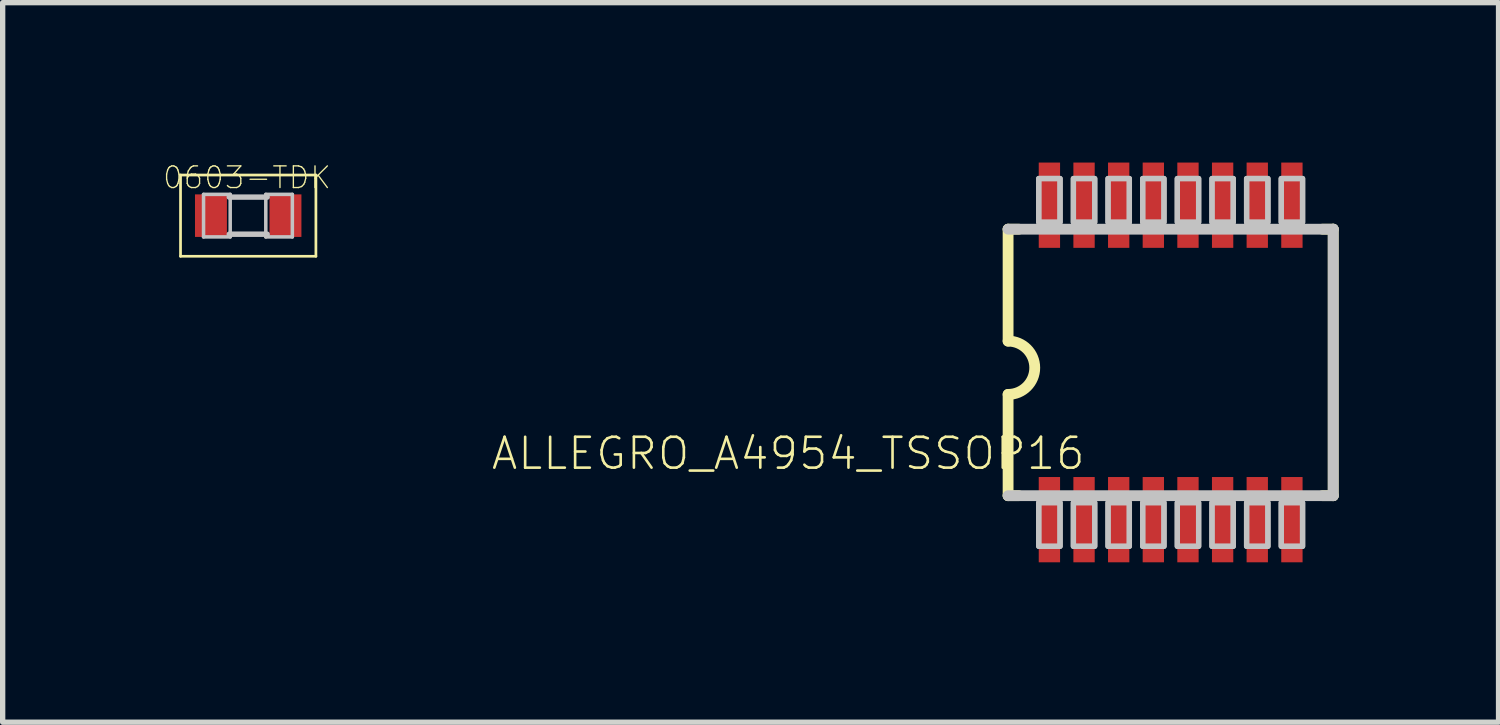
<source format=kicad_pcb>
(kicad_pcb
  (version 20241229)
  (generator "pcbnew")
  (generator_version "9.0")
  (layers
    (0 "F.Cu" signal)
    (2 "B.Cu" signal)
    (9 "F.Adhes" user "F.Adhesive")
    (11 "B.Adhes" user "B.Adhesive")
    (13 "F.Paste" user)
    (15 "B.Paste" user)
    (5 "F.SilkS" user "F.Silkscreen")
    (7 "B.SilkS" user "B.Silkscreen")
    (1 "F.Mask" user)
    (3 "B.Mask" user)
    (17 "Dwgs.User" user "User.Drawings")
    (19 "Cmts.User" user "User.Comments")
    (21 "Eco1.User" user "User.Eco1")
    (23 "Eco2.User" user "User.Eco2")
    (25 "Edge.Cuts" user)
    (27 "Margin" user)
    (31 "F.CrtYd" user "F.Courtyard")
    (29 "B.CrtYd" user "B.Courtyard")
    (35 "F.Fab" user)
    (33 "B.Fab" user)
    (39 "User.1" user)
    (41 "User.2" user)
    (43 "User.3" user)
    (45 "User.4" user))
  (footprint "ALLEGRO_A4954_TSSOP16"
    (layer "F.Cu")
    (at 18.864 3.85)
    (property "Reference" "ALLEGRO_A4954_TSSOP16" (at -1.524 1.27 0) (layer "F.SilkS") (effects (font (size 0.579 0.579) (thickness 0.049)) (justify right top)))
    (attr through_hole)
    (fp_line (start -3 -2.6) (end -3 -0.5) (stroke (width 0.203) (type solid)) (layer "F.SilkS"))
    (fp_line (start -3 -2.6) (end -2.8 -2.6) (stroke (width 0.203) (type solid)) (layer "F.SilkS"))
    (fp_line (start -3 0.5) (end -3 2.4) (stroke (width 0.203) (type solid)) (layer "F.SilkS"))
    (fp_line (start -3 2.4) (end -2.8 2.4) (stroke (width 0.203) (type solid)) (layer "F.SilkS"))
    (fp_line (start 2.9 2.4) (end 3.1 2.4) (stroke (width 0.203) (type solid)) (layer "F.SilkS"))
    (fp_line (start 3.1 -2.6) (end 2.9 -2.6) (stroke (width 0.203) (type solid)) (layer "F.SilkS"))
    (fp_line (start 3.1 2.4) (end 3.1 -2.6) (stroke (width 0.203) (type solid)) (layer "F.SilkS"))
    (fp_arc (start -3 -0.5) (mid -2.5 0) (end -3 0.5) (stroke (width 0.2032) (type solid)) (layer "F.SilkS"))
    (fp_line (start -3 -2.6) (end 3.1 -2.6) (stroke (width 0.203) (type solid)) (layer "Dwgs.User"))
    (fp_line (start 3.1 2.4) (end -3 2.4) (stroke (width 0.203) (type solid)) (layer "Dwgs.User"))
    (fp_line (start 3.1 2.4) (end 3.1 -2.6) (stroke (width 0.203) (type solid)) (layer "Dwgs.User"))
    (fp_poly (pts (xy -2.425 -2.73) (xy -2.025 -2.73) (xy -2.025 -3.55) (xy -2.425 -3.55)) (stroke (width 0.1) (type solid)) (fill no) (layer "Dwgs.User"))
    (fp_poly (pts (xy -2.425 -2.73) (xy -2.025 -2.73) (xy -2.025 -3.55) (xy -2.425 -3.55)) (stroke (width 0.1) (type solid)) (fill no) (layer "Dwgs.User"))
    (fp_poly (pts (xy -2.425 3.35) (xy -2.025 3.35) (xy -2.025 2.53) (xy -2.425 2.53)) (stroke (width 0.1) (type solid)) (fill no) (layer "Dwgs.User"))
    (fp_poly (pts (xy -2.425 3.35) (xy -2.025 3.35) (xy -2.025 2.53) (xy -2.425 2.53)) (stroke (width 0.1) (type solid)) (fill no) (layer "Dwgs.User"))
    (fp_poly (pts (xy -1.775 -2.73) (xy -1.375 -2.73) (xy -1.375 -3.55) (xy -1.775 -3.55)) (stroke (width 0.1) (type solid)) (fill no) (layer "Dwgs.User"))
    (fp_poly (pts (xy -1.775 -2.73) (xy -1.375 -2.73) (xy -1.375 -3.55) (xy -1.775 -3.55)) (stroke (width 0.1) (type solid)) (fill no) (layer "Dwgs.User"))
    (fp_poly (pts (xy -1.775 3.35) (xy -1.375 3.35) (xy -1.375 2.53) (xy -1.775 2.53)) (stroke (width 0.1) (type solid)) (fill no) (layer "Dwgs.User"))
    (fp_poly (pts (xy -1.775 3.35) (xy -1.375 3.35) (xy -1.375 2.53) (xy -1.775 2.53)) (stroke (width 0.1) (type solid)) (fill no) (layer "Dwgs.User"))
    (fp_poly (pts (xy -1.125 -2.73) (xy -0.725 -2.73) (xy -0.725 -3.55) (xy -1.125 -3.55)) (stroke (width 0.1) (type solid)) (fill no) (layer "Dwgs.User"))
    (fp_poly (pts (xy -1.125 -2.73) (xy -0.725 -2.73) (xy -0.725 -3.55) (xy -1.125 -3.55)) (stroke (width 0.1) (type solid)) (fill no) (layer "Dwgs.User"))
    (fp_poly (pts (xy -1.125 3.35) (xy -0.725 3.35) (xy -0.725 2.53) (xy -1.125 2.53)) (stroke (width 0.1) (type solid)) (fill no) (layer "Dwgs.User"))
    (fp_poly (pts (xy -1.125 3.35) (xy -0.725 3.35) (xy -0.725 2.53) (xy -1.125 2.53)) (stroke (width 0.1) (type solid)) (fill no) (layer "Dwgs.User"))
    (fp_poly (pts (xy -0.475 -2.73) (xy -0.075 -2.73) (xy -0.075 -3.55) (xy -0.475 -3.55)) (stroke (width 0.1) (type solid)) (fill no) (layer "Dwgs.User"))
    (fp_poly (pts (xy -0.475 -2.73) (xy -0.075 -2.73) (xy -0.075 -3.55) (xy -0.475 -3.55)) (stroke (width 0.1) (type solid)) (fill no) (layer "Dwgs.User"))
    (fp_poly (pts (xy -0.475 3.35) (xy -0.075 3.35) (xy -0.075 2.53) (xy -0.475 2.53)) (stroke (width 0.1) (type solid)) (fill no) (layer "Dwgs.User"))
    (fp_poly (pts (xy -0.475 3.35) (xy -0.075 3.35) (xy -0.075 2.53) (xy -0.475 2.53)) (stroke (width 0.1) (type solid)) (fill no) (layer "Dwgs.User"))
    (fp_poly (pts (xy 0.175 -2.73) (xy 0.575 -2.73) (xy 0.575 -3.55) (xy 0.175 -3.55)) (stroke (width 0.1) (type solid)) (fill no) (layer "Dwgs.User"))
    (fp_poly (pts (xy 0.175 -2.73) (xy 0.575 -2.73) (xy 0.575 -3.55) (xy 0.175 -3.55)) (stroke (width 0.1) (type solid)) (fill no) (layer "Dwgs.User"))
    (fp_poly (pts (xy 0.175 3.35) (xy 0.575 3.35) (xy 0.575 2.53) (xy 0.175 2.53)) (stroke (width 0.1) (type solid)) (fill no) (layer "Dwgs.User"))
    (fp_poly (pts (xy 0.175 3.35) (xy 0.575 3.35) (xy 0.575 2.53) (xy 0.175 2.53)) (stroke (width 0.1) (type solid)) (fill no) (layer "Dwgs.User"))
    (fp_poly (pts (xy 0.825 -2.73) (xy 1.225 -2.73) (xy 1.225 -3.55) (xy 0.825 -3.55)) (stroke (width 0.1) (type solid)) (fill no) (layer "Dwgs.User"))
    (fp_poly (pts (xy 0.825 -2.73) (xy 1.225 -2.73) (xy 1.225 -3.55) (xy 0.825 -3.55)) (stroke (width 0.1) (type solid)) (fill no) (layer "Dwgs.User"))
    (fp_poly (pts (xy 0.825 3.35) (xy 1.225 3.35) (xy 1.225 2.53) (xy 0.825 2.53)) (stroke (width 0.1) (type solid)) (fill no) (layer "Dwgs.User"))
    (fp_poly (pts (xy 0.825 3.35) (xy 1.225 3.35) (xy 1.225 2.53) (xy 0.825 2.53)) (stroke (width 0.1) (type solid)) (fill no) (layer "Dwgs.User"))
    (fp_poly (pts (xy 1.475 -2.73) (xy 1.875 -2.73) (xy 1.875 -3.55) (xy 1.475 -3.55)) (stroke (width 0.1) (type solid)) (fill no) (layer "Dwgs.User"))
    (fp_poly (pts (xy 1.475 -2.73) (xy 1.875 -2.73) (xy 1.875 -3.55) (xy 1.475 -3.55)) (stroke (width 0.1) (type solid)) (fill no) (layer "Dwgs.User"))
    (fp_poly (pts (xy 1.475 3.35) (xy 1.875 3.35) (xy 1.875 2.53) (xy 1.475 2.53)) (stroke (width 0.1) (type solid)) (fill no) (layer "Dwgs.User"))
    (fp_poly (pts (xy 1.475 3.35) (xy 1.875 3.35) (xy 1.875 2.53) (xy 1.475 2.53)) (stroke (width 0.1) (type solid)) (fill no) (layer "Dwgs.User"))
    (fp_poly (pts (xy 2.125 -2.73) (xy 2.525 -2.73) (xy 2.525 -3.55) (xy 2.125 -3.55)) (stroke (width 0.1) (type solid)) (fill no) (layer "Dwgs.User"))
    (fp_poly (pts (xy 2.125 -2.73) (xy 2.525 -2.73) (xy 2.525 -3.55) (xy 2.125 -3.55)) (stroke (width 0.1) (type solid)) (fill no) (layer "Dwgs.User"))
    (fp_poly (pts (xy 2.125 3.35) (xy 2.525 3.35) (xy 2.525 2.53) (xy 2.125 2.53)) (stroke (width 0.1) (type solid)) (fill no) (layer "Dwgs.User"))
    (fp_poly (pts (xy 2.125 3.35) (xy 2.525 3.35) (xy 2.525 2.53) (xy 2.125 2.53)) (stroke (width 0.1) (type solid)) (fill no) (layer "Dwgs.User"))
    (pad "1" smd rect (at -2.225 2.85) (size 0.4 1.6) (layers "F.Cu" "F.Mask" "F.Paste"))
    (pad "2" smd rect (at -1.575 2.85) (size 0.4 1.6) (layers "F.Cu" "F.Mask" "F.Paste"))
    (pad "3" smd rect (at -0.925 2.85) (size 0.4 1.6) (layers "F.Cu" "F.Mask" "F.Paste"))
    (pad "4" smd rect (at -0.275 2.85) (size 0.4 1.6) (layers "F.Cu" "F.Mask" "F.Paste"))
    (pad "5" smd rect (at 0.375 2.85) (size 0.4 1.6) (layers "F.Cu" "F.Mask" "F.Paste"))
    (pad "6" smd rect (at 1.025 2.85) (size 0.4 1.6) (layers "F.Cu" "F.Mask" "F.Paste"))
    (pad "7" smd rect (at 1.675 2.85) (size 0.4 1.6) (layers "F.Cu" "F.Mask" "F.Paste"))
    (pad "8" smd rect (at 2.325 2.85) (size 0.4 1.6) (layers "F.Cu" "F.Mask" "F.Paste"))
    (pad "9" smd rect (at 2.325 -3.05) (size 0.4 1.6) (layers "F.Cu" "F.Mask" "F.Paste"))
    (pad "10" smd rect (at 1.675 -3.05) (size 0.4 1.6) (layers "F.Cu" "F.Mask" "F.Paste"))
    (pad "11" smd rect (at 1.025 -3.05) (size 0.4 1.6) (layers "F.Cu" "F.Mask" "F.Paste"))
    (pad "12" smd rect (at 0.375 -3.05) (size 0.4 1.6) (layers "F.Cu" "F.Mask" "F.Paste"))
    (pad "13" smd rect (at -0.275 -3.05) (size 0.4 1.6) (layers "F.Cu" "F.Mask" "F.Paste"))
    (pad "14" smd rect (at -0.925 -3.05) (size 0.4 1.6) (layers "F.Cu" "F.Mask" "F.Paste"))
    (pad "15" smd rect (at -1.575 -3.05) (size 0.4 1.6) (layers "F.Cu" "F.Mask" "F.Paste"))
    (pad "16" smd rect (at -2.225 -3.05) (size 0.4 1.6) (layers "F.Cu" "F.Mask" "F.Paste")))
  (footprint "0603-TDK"
    (layer "F.Cu")
    (at 1.607 0.996)
    (property "Reference" "0603-TDK" (at -0.023 -0.714 0) (layer "F.SilkS") (effects (font (size 0.406 0.406) (thickness 0.025))))
    (attr smd)
    (fp_line (start -1.27 -0.762) (end 1.27 -0.762) (stroke (width 0.051) (type solid)) (layer "F.SilkS"))
    (fp_line (start -1.27 0.762) (end -1.27 -0.762) (stroke (width 0.051) (type solid)) (layer "F.SilkS"))
    (fp_line (start 1.27 -0.762) (end 1.27 0.762) (stroke (width 0.051) (type solid)) (layer "F.SilkS"))
    (fp_line (start 1.27 0.762) (end -1.27 0.762) (stroke (width 0.051) (type solid)) (layer "F.SilkS"))
    (fp_line (start -0.838 -0.399) (end -0.338 -0.399) (stroke (width 0.066) (type solid)) (layer "Dwgs.User"))
    (fp_line (start -0.838 0.399) (end -0.838 -0.399) (stroke (width 0.066) (type solid)) (layer "Dwgs.User"))
    (fp_line (start -0.838 0.399) (end -0.338 0.399) (stroke (width 0.066) (type solid)) (layer "Dwgs.User"))
    (fp_line (start -0.356 -0.348) (end 0.356 -0.348) (stroke (width 0.102) (type solid)) (layer "Dwgs.User"))
    (fp_line (start -0.356 0.348) (end 0.356 0.348) (stroke (width 0.102) (type solid)) (layer "Dwgs.User"))
    (fp_line (start -0.338 0.399) (end -0.338 -0.399) (stroke (width 0.066) (type solid)) (layer "Dwgs.User"))
    (fp_line (start 0.33 -0.399) (end 0.828 -0.399) (stroke (width 0.066) (type solid)) (layer "Dwgs.User"))
    (fp_line (start 0.33 0.399) (end 0.33 -0.399) (stroke (width 0.066) (type solid)) (layer "Dwgs.User"))
    (fp_line (start 0.33 0.399) (end 0.828 0.399) (stroke (width 0.066) (type solid)) (layer "Dwgs.User"))
    (fp_line (start 0.828 0.399) (end 0.828 -0.399) (stroke (width 0.066) (type solid)) (layer "Dwgs.User"))
    (pad "1" smd rect (at -0.699 0) (size 0.599 0.798) (layers "F.Cu" "F.Mask" "F.Paste"))
    (pad "2" smd rect (at 0.699 0) (size 0.599 0.798) (layers "F.Cu" "F.Mask" "F.Paste")))
  (gr_rect
    (start -3 -3)
    (end 25.066 10.5)
    (stroke (width 0.1) (type default))
    (fill no)
    (layer "Edge.Cuts")))
</source>
